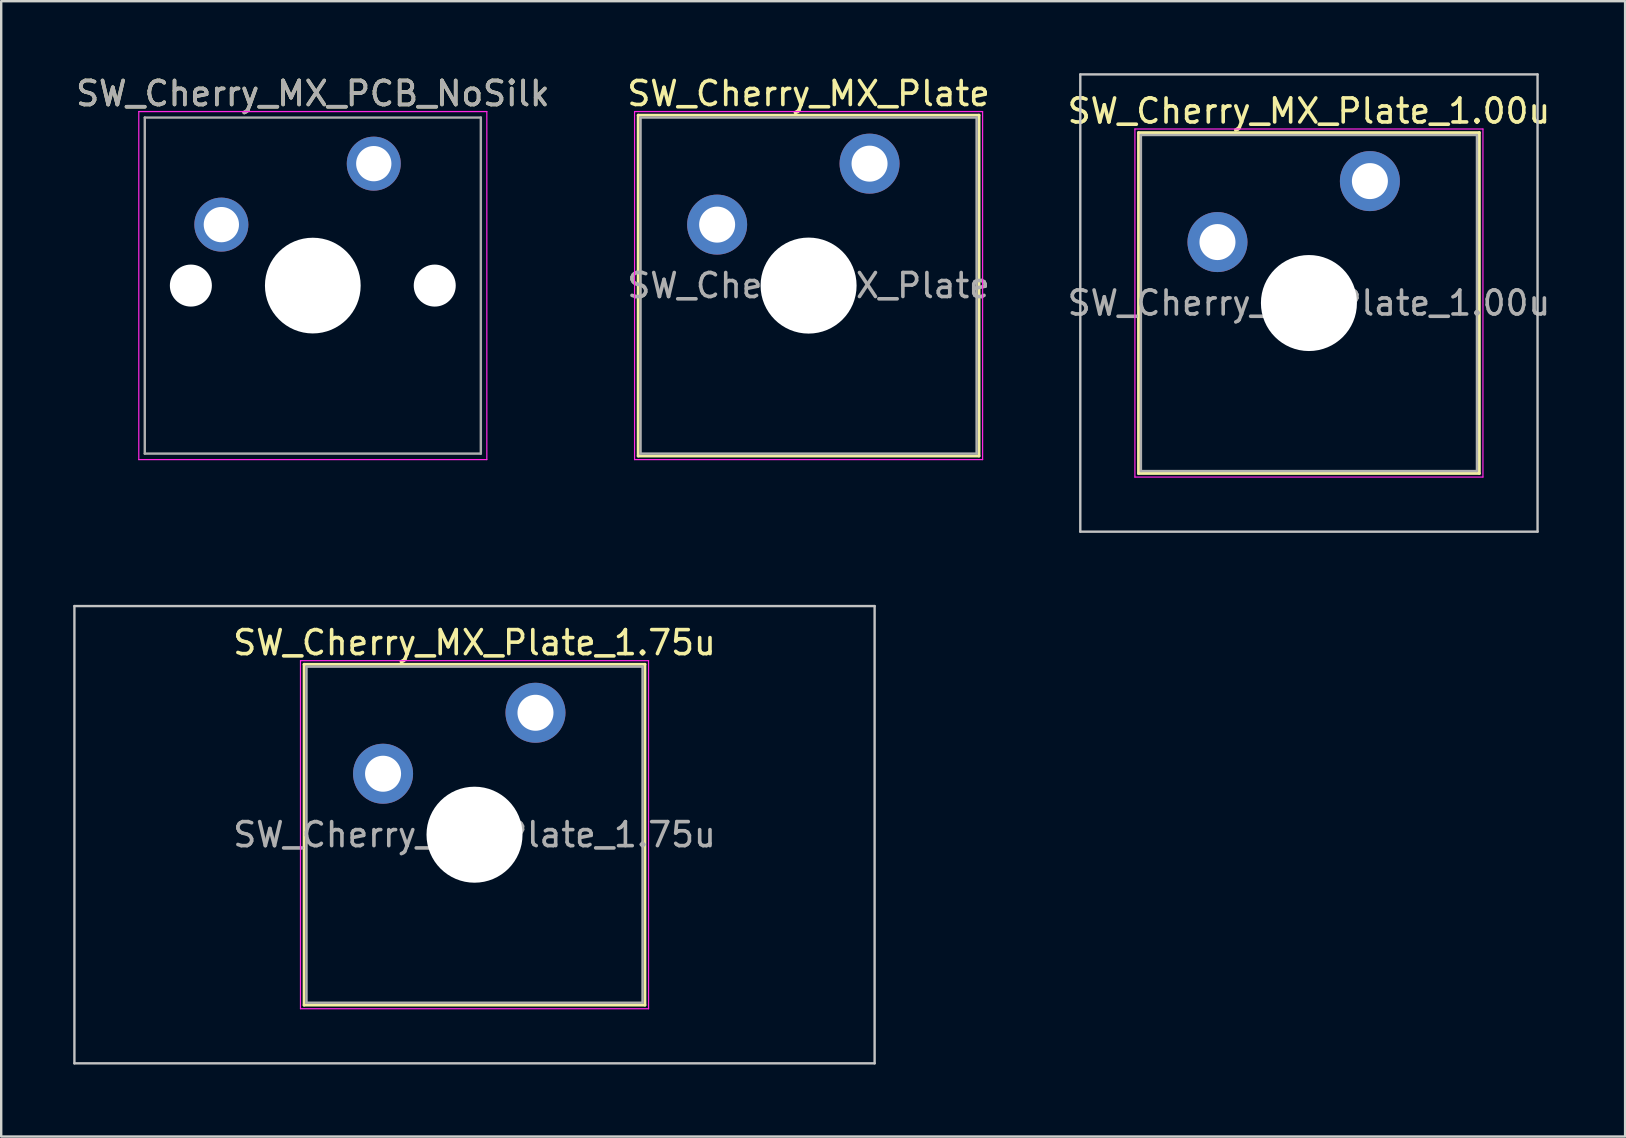
<source format=kicad_pcb>
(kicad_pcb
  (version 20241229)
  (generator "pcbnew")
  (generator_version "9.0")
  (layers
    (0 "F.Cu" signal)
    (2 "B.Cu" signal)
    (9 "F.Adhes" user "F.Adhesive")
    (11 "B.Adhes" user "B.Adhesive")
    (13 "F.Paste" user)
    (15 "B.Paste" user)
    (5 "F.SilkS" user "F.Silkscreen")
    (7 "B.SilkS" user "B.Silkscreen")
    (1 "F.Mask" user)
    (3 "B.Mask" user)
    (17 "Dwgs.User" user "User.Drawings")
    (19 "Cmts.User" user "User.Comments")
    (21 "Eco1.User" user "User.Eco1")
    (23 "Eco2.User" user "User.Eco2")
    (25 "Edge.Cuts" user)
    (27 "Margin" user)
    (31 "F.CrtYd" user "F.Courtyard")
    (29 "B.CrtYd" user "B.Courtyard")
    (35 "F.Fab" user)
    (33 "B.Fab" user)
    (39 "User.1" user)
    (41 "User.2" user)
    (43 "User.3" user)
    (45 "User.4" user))
  (footprint "SW_Cherry_MX_Plate_1.75u"
    (layer "F.Cu")
    (at 16.719 31.725)
    (property "Reference" "SW_Cherry_MX_Plate_1.75u" (at 0 -8 0) (layer "F.SilkS") (effects (font (size 1 1) (thickness 0.15))))
    (attr through_hole)
    (fp_line (start -7.1 -7.1) (end -7.1 7.1) (stroke (width 0.12) (type solid)) (layer "F.SilkS"))
    (fp_line (start -7.1 7.1) (end 7.1 7.1) (stroke (width 0.12) (type solid)) (layer "F.SilkS"))
    (fp_line (start 7.1 -7.1) (end -7.1 -7.1) (stroke (width 0.12) (type solid)) (layer "F.SilkS"))
    (fp_line (start 7.1 7.1) (end 7.1 -7.1) (stroke (width 0.12) (type solid)) (layer "F.SilkS"))
    (fp_line (start -16.669 -9.525) (end -16.669 9.525) (stroke (width 0.1) (type solid)) (layer "Dwgs.User"))
    (fp_line (start -16.669 9.525) (end 16.669 9.525) (stroke (width 0.1) (type solid)) (layer "Dwgs.User"))
    (fp_line (start 16.669 -9.525) (end -16.669 -9.525) (stroke (width 0.1) (type solid)) (layer "Dwgs.User"))
    (fp_line (start 16.669 9.525) (end 16.669 -9.525) (stroke (width 0.1) (type solid)) (layer "Dwgs.User"))
    (fp_line (start -7.25 -7.25) (end -7.25 7.25) (stroke (width 0.05) (type solid)) (layer "F.CrtYd"))
    (fp_line (start -7.25 7.25) (end 7.25 7.25) (stroke (width 0.05) (type solid)) (layer "F.CrtYd"))
    (fp_line (start 7.25 -7.25) (end -7.25 -7.25) (stroke (width 0.05) (type solid)) (layer "F.CrtYd"))
    (fp_line (start 7.25 7.25) (end 7.25 -7.25) (stroke (width 0.05) (type solid)) (layer "F.CrtYd"))
    (fp_line (start -7 -7) (end -7 7) (stroke (width 0.1) (type solid)) (layer "F.Fab"))
    (fp_line (start -7 7) (end 7 7) (stroke (width 0.1) (type solid)) (layer "F.Fab"))
    (fp_line (start 7 -7) (end -7 -7) (stroke (width 0.1) (type solid)) (layer "F.Fab"))
    (fp_line (start 7 7) (end 7 -7) (stroke (width 0.1) (type solid)) (layer "F.Fab"))
    (fp_text user "${REFERENCE}" (at 0 0 0) (layer "F.Fab") (effects (font (size 1 1) (thickness 0.15))))
    (pad "" np_thru_hole circle (at 0 0) (size 4 4) (drill 4) (layers "*.Cu" "*.Mask"))
    (pad "1" thru_hole circle (at -3.81 -2.54) (size 2.5 2.5) (drill 1.5) (layers "*.Cu" "B.Mask"))
    (pad "2" thru_hole circle (at 2.54 -5.08) (size 2.5 2.5) (drill 1.5) (layers "*.Cu" "B.Mask")))
  (footprint "SW_Cherry_MX_Plate"
    (layer "F.Cu")
    (at 30.637 8.848)
    (property "Reference" "SW_Cherry_MX_Plate" (at 0 -8 0) (layer "F.SilkS") (effects (font (size 1 1) (thickness 0.15))))
    (attr through_hole)
    (fp_line (start -7.1 -7.1) (end -7.1 7.1) (stroke (width 0.12) (type solid)) (layer "F.SilkS"))
    (fp_line (start -7.1 7.1) (end 7.1 7.1) (stroke (width 0.12) (type solid)) (layer "F.SilkS"))
    (fp_line (start 7.1 -7.1) (end -7.1 -7.1) (stroke (width 0.12) (type solid)) (layer "F.SilkS"))
    (fp_line (start 7.1 7.1) (end 7.1 -7.1) (stroke (width 0.12) (type solid)) (layer "F.SilkS"))
    (fp_line (start -7.25 -7.25) (end -7.25 7.25) (stroke (width 0.05) (type solid)) (layer "F.CrtYd"))
    (fp_line (start -7.25 7.25) (end 7.25 7.25) (stroke (width 0.05) (type solid)) (layer "F.CrtYd"))
    (fp_line (start 7.25 -7.25) (end -7.25 -7.25) (stroke (width 0.05) (type solid)) (layer "F.CrtYd"))
    (fp_line (start 7.25 7.25) (end 7.25 -7.25) (stroke (width 0.05) (type solid)) (layer "F.CrtYd"))
    (fp_line (start -7 -7) (end -7 7) (stroke (width 0.1) (type solid)) (layer "F.Fab"))
    (fp_line (start -7 7) (end 7 7) (stroke (width 0.1) (type solid)) (layer "F.Fab"))
    (fp_line (start 7 -7) (end -7 -7) (stroke (width 0.1) (type solid)) (layer "F.Fab"))
    (fp_line (start 7 7) (end 7 -7) (stroke (width 0.1) (type solid)) (layer "F.Fab"))
    (fp_text user "${REFERENCE}" (at 0 0 0) (layer "F.Fab") (effects (font (size 1 1) (thickness 0.15))))
    (pad "" np_thru_hole circle (at 0 0) (size 4 4) (drill 4) (layers "*.Cu" "*.Mask"))
    (pad "1" thru_hole circle (at -3.81 -2.54) (size 2.5 2.5) (drill 1.5) (layers "*.Cu" "B.Mask"))
    (pad "2" thru_hole circle (at 2.54 -5.08) (size 2.5 2.5) (drill 1.5) (layers "*.Cu" "B.Mask")))
  (footprint "SW_Cherry_MX_PCB_NoSilk"
    (layer "F.Cu")
    (at 9.982 8.848)
    (property "Reference" "SW_Cherry_MX_PCB_NoSilk" (at 0 -8 0) (layer "F.SilkS") (effects (font (size 1 1) (thickness 0.15))))
    (attr through_hole)
    (fp_line (start -7.25 -7.25) (end 7.25 -7.25) (stroke (width 0.05) (type solid)) (layer "F.CrtYd"))
    (fp_line (start -7.25 7.25) (end -7.25 -7.25) (stroke (width 0.05) (type solid)) (layer "F.CrtYd"))
    (fp_line (start 7.25 -7.25) (end 7.25 7.25) (stroke (width 0.05) (type solid)) (layer "F.CrtYd"))
    (fp_line (start 7.25 7.25) (end -7.25 7.25) (stroke (width 0.05) (type solid)) (layer "F.CrtYd"))
    (fp_line (start -7 -7) (end 7 -7) (stroke (width 0.1) (type solid)) (layer "F.Fab"))
    (fp_line (start -7 7) (end -7 -7) (stroke (width 0.1) (type solid)) (layer "F.Fab"))
    (fp_line (start 7 -7) (end 7 7) (stroke (width 0.1) (type solid)) (layer "F.Fab"))
    (fp_line (start 7 7) (end -7 7) (stroke (width 0.1) (type solid)) (layer "F.Fab"))
    (fp_text user "${REFERENCE}" (at 0 -8 0) (layer "F.Fab") (effects (font (size 1 1) (thickness 0.15))))
    (pad "" np_thru_hole circle (at -5.08 0 48.1) (size 1.75 1.75) (drill 1.75) (layers "*.Cu" "*.Mask"))
    (pad "" np_thru_hole circle (at 0 0) (size 3.988 3.988) (drill 3.988) (layers "*.Cu" "*.Mask"))
    (pad "" np_thru_hole circle (at 5.08 0 48.1) (size 1.75 1.75) (drill 1.75) (layers "*.Cu" "*.Mask"))
    (pad "1" thru_hole circle (at -3.81 -2.54) (size 2.25 2.25) (drill 1.47) (layers "*.Cu" "B.Mask"))
    (pad "2" thru_hole circle (at 2.54 -5.08) (size 2.25 2.25) (drill 1.47) (layers "*.Cu" "B.Mask")))
  (footprint "SW_Cherry_MX_Plate_1.00u"
    (layer "F.Cu")
    (at 51.482 9.575)
    (property "Reference" "SW_Cherry_MX_Plate_1.00u" (at 0 -8 0) (layer "F.SilkS") (effects (font (size 1 1) (thickness 0.15))))
    (attr through_hole)
    (fp_line (start -7.1 -7.1) (end -7.1 7.1) (stroke (width 0.12) (type solid)) (layer "F.SilkS"))
    (fp_line (start -7.1 7.1) (end 7.1 7.1) (stroke (width 0.12) (type solid)) (layer "F.SilkS"))
    (fp_line (start 7.1 -7.1) (end -7.1 -7.1) (stroke (width 0.12) (type solid)) (layer "F.SilkS"))
    (fp_line (start 7.1 7.1) (end 7.1 -7.1) (stroke (width 0.12) (type solid)) (layer "F.SilkS"))
    (fp_line (start -9.525 -9.525) (end -9.525 9.525) (stroke (width 0.1) (type solid)) (layer "Dwgs.User"))
    (fp_line (start -9.525 9.525) (end 9.525 9.525) (stroke (width 0.1) (type solid)) (layer "Dwgs.User"))
    (fp_line (start 9.525 -9.525) (end -9.525 -9.525) (stroke (width 0.1) (type solid)) (layer "Dwgs.User"))
    (fp_line (start 9.525 9.525) (end 9.525 -9.525) (stroke (width 0.1) (type solid)) (layer "Dwgs.User"))
    (fp_line (start -7.25 -7.25) (end -7.25 7.25) (stroke (width 0.05) (type solid)) (layer "F.CrtYd"))
    (fp_line (start -7.25 7.25) (end 7.25 7.25) (stroke (width 0.05) (type solid)) (layer "F.CrtYd"))
    (fp_line (start 7.25 -7.25) (end -7.25 -7.25) (stroke (width 0.05) (type solid)) (layer "F.CrtYd"))
    (fp_line (start 7.25 7.25) (end 7.25 -7.25) (stroke (width 0.05) (type solid)) (layer "F.CrtYd"))
    (fp_line (start -7 -7) (end -7 7) (stroke (width 0.1) (type solid)) (layer "F.Fab"))
    (fp_line (start -7 7) (end 7 7) (stroke (width 0.1) (type solid)) (layer "F.Fab"))
    (fp_line (start 7 -7) (end -7 -7) (stroke (width 0.1) (type solid)) (layer "F.Fab"))
    (fp_line (start 7 7) (end 7 -7) (stroke (width 0.1) (type solid)) (layer "F.Fab"))
    (fp_text user "${REFERENCE}" (at 0 0 0) (layer "F.Fab") (effects (font (size 1 1) (thickness 0.15))))
    (pad "" np_thru_hole circle (at 0 0) (size 4 4) (drill 4) (layers "*.Cu" "*.Mask"))
    (pad "1" thru_hole circle (at -3.81 -2.54) (size 2.5 2.5) (drill 1.5) (layers "*.Cu" "B.Mask"))
    (pad "2" thru_hole circle (at 2.54 -5.08) (size 2.5 2.5) (drill 1.5) (layers "*.Cu" "B.Mask")))
  (gr_rect
    (start -3 -3)
    (end 64.655 44.3)
    (stroke (width 0.1) (type default))
    (fill no)
    (layer "Edge.Cuts")))
</source>
